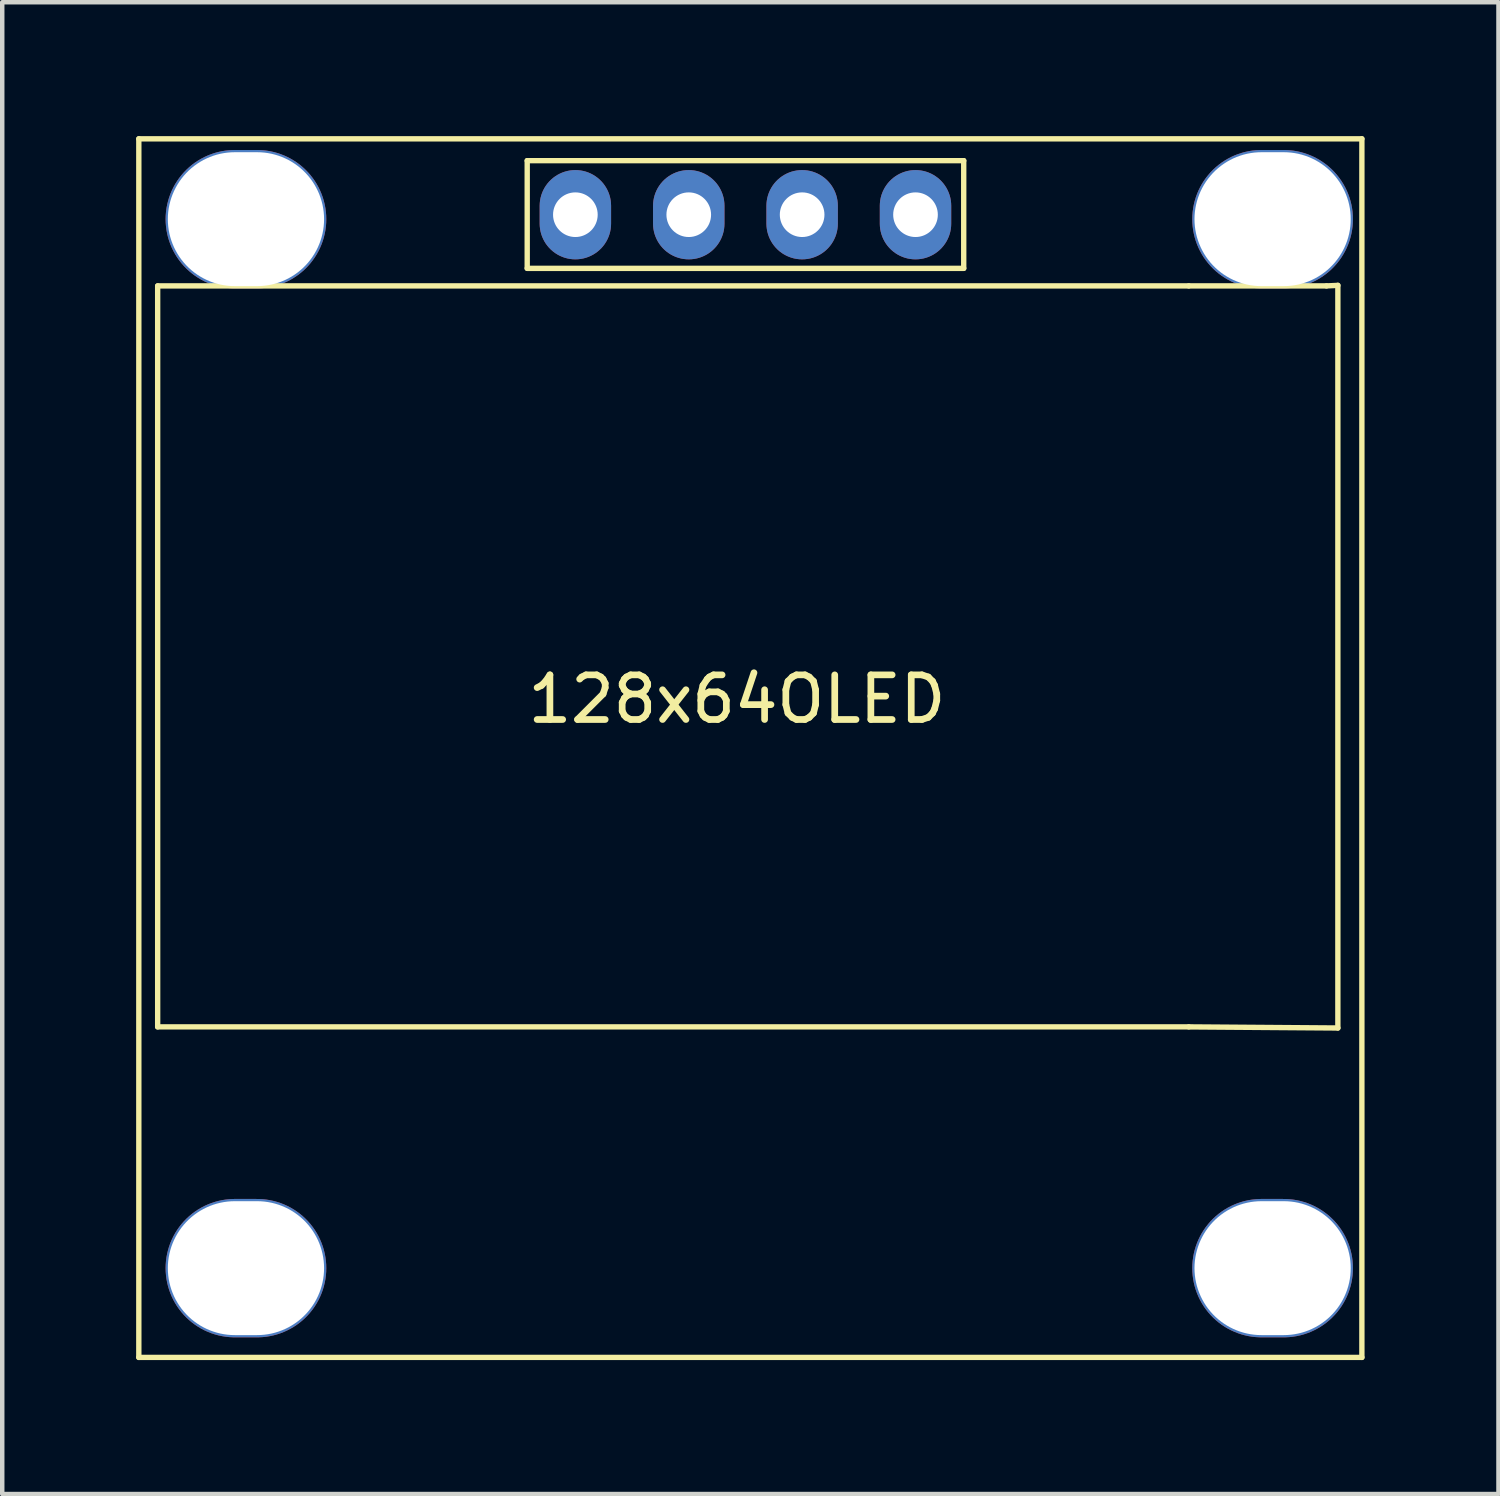
<source format=kicad_pcb>
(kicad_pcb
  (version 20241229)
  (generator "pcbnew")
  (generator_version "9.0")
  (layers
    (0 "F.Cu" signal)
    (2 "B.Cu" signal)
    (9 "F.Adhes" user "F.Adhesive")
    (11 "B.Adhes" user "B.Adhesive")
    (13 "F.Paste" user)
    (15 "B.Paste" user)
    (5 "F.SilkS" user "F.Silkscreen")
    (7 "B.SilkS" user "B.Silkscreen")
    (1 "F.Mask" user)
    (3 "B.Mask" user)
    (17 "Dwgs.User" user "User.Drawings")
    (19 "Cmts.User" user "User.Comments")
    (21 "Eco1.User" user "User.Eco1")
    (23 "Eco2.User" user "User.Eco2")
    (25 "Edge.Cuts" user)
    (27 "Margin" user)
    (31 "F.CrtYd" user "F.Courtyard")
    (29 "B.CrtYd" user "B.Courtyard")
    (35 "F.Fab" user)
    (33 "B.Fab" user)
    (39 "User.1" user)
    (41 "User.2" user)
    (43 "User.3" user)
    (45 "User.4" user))
  (footprint "128x64OLED"
    (layer "F.Cu")
    (at 13.46 12.36)
    (property "Reference" "128x64OLED" (at 0 0.254 0) (layer "F.SilkS") (effects (font (size 1 1) (thickness 0.15))))
    (attr through_hole)
    (fp_line (start -13.4 -12.3) (end 14 -12.3) (stroke (width 0.12) (type solid)) (layer "F.SilkS"))
    (fp_line (start -13.4 15) (end -13.4 -12.3) (stroke (width 0.12) (type solid)) (layer "F.SilkS"))
    (fp_line (start -12.978 -9.005) (end 10.122 -9.005) (stroke (width 0.12) (type solid)) (layer "F.SilkS"))
    (fp_line (start -12.978 7.595) (end -12.978 -9.005) (stroke (width 0.12) (type solid)) (layer "F.SilkS"))
    (fp_line (start -4.699 -11.811) (end -4.699 -9.398) (stroke (width 0.12) (type solid)) (layer "F.SilkS"))
    (fp_line (start -4.699 -11.811) (end 5.08 -11.811) (stroke (width 0.12) (type solid)) (layer "F.SilkS"))
    (fp_line (start 5.08 -11.811) (end 5.08 -9.398) (stroke (width 0.12) (type solid)) (layer "F.SilkS"))
    (fp_line (start 5.08 -9.398) (end -4.699 -9.398) (stroke (width 0.12) (type solid)) (layer "F.SilkS"))
    (fp_line (start 10.122 -9.005) (end 13.208 -9.005) (stroke (width 0.12) (type solid)) (layer "F.SilkS"))
    (fp_line (start 10.122 7.595) (end -12.978 7.595) (stroke (width 0.12) (type solid)) (layer "F.SilkS"))
    (fp_line (start 10.122 7.595) (end 13.462 7.62) (stroke (width 0.12) (type solid)) (layer "F.SilkS"))
    (fp_line (start 13.462 -9.017) (end 13.208 -9.005) (stroke (width 0.12) (type solid)) (layer "F.SilkS"))
    (fp_line (start 13.462 7.62) (end 13.462 -9.017) (stroke (width 0.12) (type solid)) (layer "F.SilkS"))
    (fp_line (start 14 -12.3) (end 14 15) (stroke (width 0.12) (type solid)) (layer "F.SilkS"))
    (fp_line (start 14 15) (end -13.4 15) (stroke (width 0.12) (type solid)) (layer "F.SilkS"))
    (pad "" np_thru_hole oval (at -11 -10.5) (size 3.6 3.1) (drill oval 3.5 3) (layers "*.Cu" "*.Mask"))
    (pad "" np_thru_hole oval (at -11 13) (size 3.6 3.1) (drill oval 3.5 3) (layers "*.Cu" "*.Mask"))
    (pad "" np_thru_hole oval (at 12 -10.5) (size 3.6 3.1) (drill oval 3.5 3) (layers "*.Cu" "*.Mask"))
    (pad "" np_thru_hole oval (at 12 13) (size 3.6 3.1) (drill oval 3.5 3) (layers "*.Cu" "*.Mask"))
    (pad "1" thru_hole oval (at -3.62 -10.6 90) (size 2 1.6) (drill 1) (layers "*.Cu" "*.Mask"))
    (pad "2" thru_hole oval (at -1.08 -10.6 90) (size 2 1.6) (drill 1) (layers "*.Cu" "*.Mask"))
    (pad "3" thru_hole oval (at 1.46 -10.6 90) (size 2 1.6) (drill 1) (layers "*.Cu" "*.Mask"))
    (pad "4" thru_hole oval (at 4 -10.6 90) (size 2 1.6) (drill 1) (layers "*.Cu" "*.Mask")))
  (gr_rect
    (start -3 -3)
    (end 30.52 30.42)
    (stroke (width 0.1) (type default))
    (fill no)
    (layer "Edge.Cuts")))
</source>
